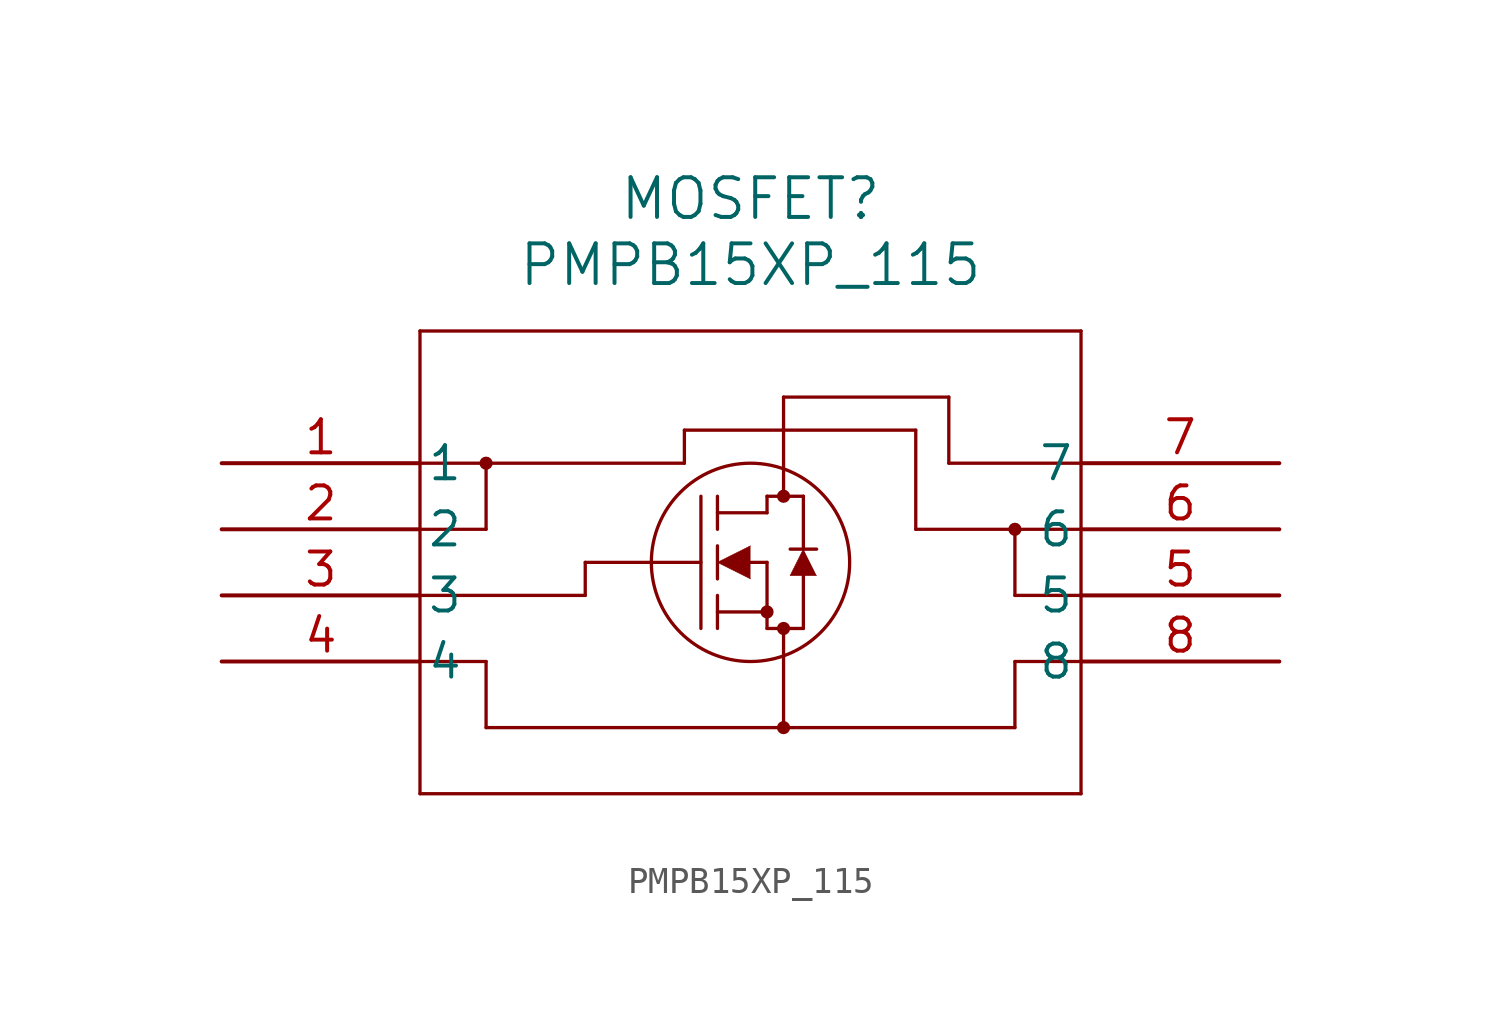
<source format=kicad_sym>
(kicad_symbol_lib
  (version 20211014)
  (generator kicad_symbol_editor)
  (symbol "PMPB15XP_115"
    (pin_names
      (offset 0.254))
    (property "Reference" "MOSFET"
      (at 20.32 10.16 0)
      (effects (font (size 1.524 1.524))))
    (property "Value" "PMPB15XP_115"
      (at 20.32 7.62 0)
      (effects (font (size 1.524 1.524))))
    (symbol "PMPB15XP_115_0_1"
      (polyline (pts (xy 7.62 5.08) (xy 7.62 -12.7)) (stroke (width 0.127) (type default) (color 0 0 0 0)) (fill (type none)))
      (polyline (pts (xy 7.62 -12.7) (xy 33.02 -12.7)) (stroke (width 0.127) (type default) (color 0 0 0 0)) (fill (type none)))
      (polyline (pts (xy 33.02 -12.7) (xy 33.02 5.08)) (stroke (width 0.127) (type default) (color 0 0 0 0)) (fill (type none)))
      (polyline (pts (xy 33.02 5.08) (xy 7.62 5.08)) (stroke (width 0.127) (type default) (color 0 0 0 0)) (fill (type none)))
      (circle (center 21.59 -1.27) (radius 0.127) (stroke (width 0.254) (type default) (color 0 0 0 0)) (fill (type none)))
      (circle (center 21.59 -6.35) (radius 0.127) (stroke (width 0.254) (type default) (color 0 0 0 0)) (fill (type none)))
      (circle (center 20.955 -5.715) (radius 0.127) (stroke (width 0.254) (type default) (color 0 0 0 0)) (fill (type none)))
      (circle (center 20.32 -3.81) (radius 3.81) (stroke (width 0.127) (type default) (color 0 0 0 0)) (fill (type none)))
      (polyline (pts (xy 13.97 -3.81) (xy 18.415 -3.81)) (stroke (width 0.127) (type default) (color 0 0 0 0)) (fill (type none)))
      (polyline (pts (xy 18.415 -6.35) (xy 18.415 -1.27)) (stroke (width 0.127) (type default) (color 0 0 0 0)) (fill (type none)))
      (polyline (pts (xy 19.05 -4.445) (xy 19.05 -3.175)) (stroke (width 0.127) (type default) (color 0 0 0 0)) (fill (type none)))
      (polyline (pts (xy 19.05 -6.35) (xy 19.05 -5.08)) (stroke (width 0.127) (type default) (color 0 0 0 0)) (fill (type none)))
      (polyline (pts (xy 19.05 -2.54) (xy 19.05 -1.27)) (stroke (width 0.127) (type default) (color 0 0 0 0)) (fill (type none)))
      (polyline (pts (xy 20.32 -3.81) (xy 20.955 -3.81)) (stroke (width 0.127) (type default) (color 0 0 0 0)) (fill (type none)))
      (polyline (pts (xy 19.05 -5.715) (xy 20.955 -5.715)) (stroke (width 0.127) (type default) (color 0 0 0 0)) (fill (type none)))
      (polyline (pts (xy 20.955 -6.35) (xy 20.955 -3.81)) (stroke (width 0.127) (type default) (color 0 0 0 0)) (fill (type none)))
      (polyline (pts (xy 20.955 -6.35) (xy 22.352 -6.35)) (stroke (width 0.127) (type default) (color 0 0 0 0)) (fill (type none)))
      (polyline (pts (xy 19.05 -1.905) (xy 20.955 -1.905)) (stroke (width 0.127) (type default) (color 0 0 0 0)) (fill (type none)))
      (polyline (pts (xy 22.352 -3.302) (xy 22.352 -1.27)) (stroke (width 0.127) (type default) (color 0 0 0 0)) (fill (type none)))
      (polyline (pts (xy 22.352 -6.35) (xy 22.352 -4.318)) (stroke (width 0.127) (type default) (color 0 0 0 0)) (fill (type none)))
      (polyline (pts (xy 22.86 -3.302) (xy 21.844 -3.302)) (stroke (width 0.127) (type default) (color 0 0 0 0)) (fill (type none)))
      (polyline (pts (xy 20.955 -1.27) (xy 22.352 -1.27)) (stroke (width 0.127) (type default) (color 0 0 0 0)) (fill (type none)))
      (polyline (pts (xy 20.955 -1.905) (xy 20.955 -1.27)) (stroke (width 0.127) (type default) (color 0 0 0 0)) (fill (type none)))
      (polyline (pts (xy 20.32 -3.175) (xy 19.05 -3.81) (xy 20.32 -4.445)) (stroke (width 0.025) (type default) (color 0 0 0 0)) (fill (type outline)))
      (polyline (pts (xy 22.86 -4.318) (xy 21.844 -4.318) (xy 22.352 -3.302)) (stroke (width 0.025) (type default) (color 0 0 0 0)) (fill (type outline)))
      (polyline (pts (xy 7.62 -7.62) (xy 10.16 -7.62)) (stroke (width 0.127) (type default) (color 0 0 0 0)) (fill (type none)))
      (polyline (pts (xy 13.97 -5.08) (xy 13.97 -3.81)) (stroke (width 0.127) (type default) (color 0 0 0 0)) (fill (type none)))
      (polyline (pts (xy 7.62 0) (xy 17.78 0)) (stroke (width 0.127) (type default) (color 0 0 0 0)) (fill (type none)))
      (polyline (pts (xy 7.62 -2.54) (xy 10.16 -2.54)) (stroke (width 0.127) (type default) (color 0 0 0 0)) (fill (type none)))
      (polyline (pts (xy 7.62 -5.08) (xy 13.97 -5.08)) (stroke (width 0.127) (type default) (color 0 0 0 0)) (fill (type none)))
      (polyline (pts (xy 10.16 0) (xy 10.16 -2.54)) (stroke (width 0.127) (type default) (color 0 0 0 0)) (fill (type none)))
      (polyline (pts (xy 10.16 -7.62) (xy 10.16 -10.16)) (stroke (width 0.127) (type default) (color 0 0 0 0)) (fill (type none)))
      (polyline (pts (xy 10.16 -10.16) (xy 30.48 -10.16)) (stroke (width 0.127) (type default) (color 0 0 0 0)) (fill (type none)))
      (polyline (pts (xy 21.59 -10.16) (xy 21.59 -6.35)) (stroke (width 0.127) (type default) (color 0 0 0 0)) (fill (type none)))
      (polyline (pts (xy 33.02 -7.62) (xy 30.48 -7.62)) (stroke (width 0.127) (type default) (color 0 0 0 0)) (fill (type none)))
      (polyline (pts (xy 30.48 -5.08) (xy 30.48 -2.54)) (stroke (width 0.127) (type default) (color 0 0 0 0)) (fill (type none)))
      (polyline (pts (xy 33.02 -5.08) (xy 30.48 -5.08)) (stroke (width 0.127) (type default) (color 0 0 0 0)) (fill (type none)))
      (polyline (pts (xy 33.02 -2.54) (xy 30.48 -2.54)) (stroke (width 0.127) (type default) (color 0 0 0 0)) (fill (type none)))
      (polyline (pts (xy 33.02 0) (xy 27.94 0)) (stroke (width 0.127) (type default) (color 0 0 0 0)) (fill (type none)))
      (polyline (pts (xy 27.94 0) (xy 27.94 2.54)) (stroke (width 0.127) (type default) (color 0 0 0 0)) (fill (type none)))
      (polyline (pts (xy 27.94 2.54) (xy 21.59 2.54)) (stroke (width 0.127) (type default) (color 0 0 0 0)) (fill (type none)))
      (polyline (pts (xy 21.59 2.54) (xy 21.59 -1.27)) (stroke (width 0.127) (type default) (color 0 0 0 0)) (fill (type none)))
      (polyline (pts (xy 30.48 -7.62) (xy 30.48 -10.16)) (stroke (width 0.127) (type default) (color 0 0 0 0)) (fill (type none)))
      (circle (center 10.16 0) (radius 0.127) (stroke (width 0.254) (type default) (color 0 0 0 0)) (fill (type none)))
      (circle (center 21.59 -10.16) (radius 0.127) (stroke (width 0.254) (type default) (color 0 0 0 0)) (fill (type none)))
      (circle (center 30.48 -2.54) (radius 0.127) (stroke (width 0.254) (type default) (color 0 0 0 0)) (fill (type none)))
      (polyline (pts (xy 17.78 1.27) (xy 17.78 0)) (stroke (width 0.127) (type default) (color 0 0 0 0)) (fill (type none)))
      (polyline (pts (xy 17.78 1.27) (xy 26.67 1.27)) (stroke (width 0.127) (type default) (color 0 0 0 0)) (fill (type none)))
      (polyline (pts (xy 26.67 1.27) (xy 26.67 -2.54)) (stroke (width 0.127) (type default) (color 0 0 0 0)) (fill (type none)))
      (polyline (pts (xy 26.67 -2.54) (xy 30.48 -2.54)) (stroke (width 0.127) (type default) (color 0 0 0 0)) (fill (type none)))
      (pin unspecified line (at 0 0 0) (length 7.62) (name "1" (effects (font (size 1.27 1.27)))) (number "1" (effects (font (size 1.27 1.27)))))
      (pin unspecified line (at 0 -2.54 0) (length 7.62) (name "2" (effects (font (size 1.27 1.27)))) (number "2" (effects (font (size 1.27 1.27)))))
      (pin unspecified line (at 0 -5.08 0) (length 7.62) (name "3" (effects (font (size 1.27 1.27)))) (number "3" (effects (font (size 1.27 1.27)))))
      (pin unspecified line (at 0 -7.62 0) (length 7.62) (name "4" (effects (font (size 1.27 1.27)))) (number "4" (effects (font (size 1.27 1.27)))))
      (pin unspecified line (at 40.64 -5.08 180) (length 7.62) (name "5" (effects (font (size 1.27 1.27)))) (number "5" (effects (font (size 1.27 1.27)))))
      (pin unspecified line (at 40.64 -2.54 180) (length 7.62) (name "6" (effects (font (size 1.27 1.27)))) (number "6" (effects (font (size 1.27 1.27)))))
      (pin unspecified line (at 40.64 0 180) (length 7.62) (name "7" (effects (font (size 1.27 1.27)))) (number "7" (effects (font (size 1.27 1.27)))))
      (pin unspecified line (at 40.64 -7.62 180) (length 7.62) (name "8" (effects (font (size 1.27 1.27)))) (number "8" (effects (font (size 1.27 1.27))))))))
</source>
